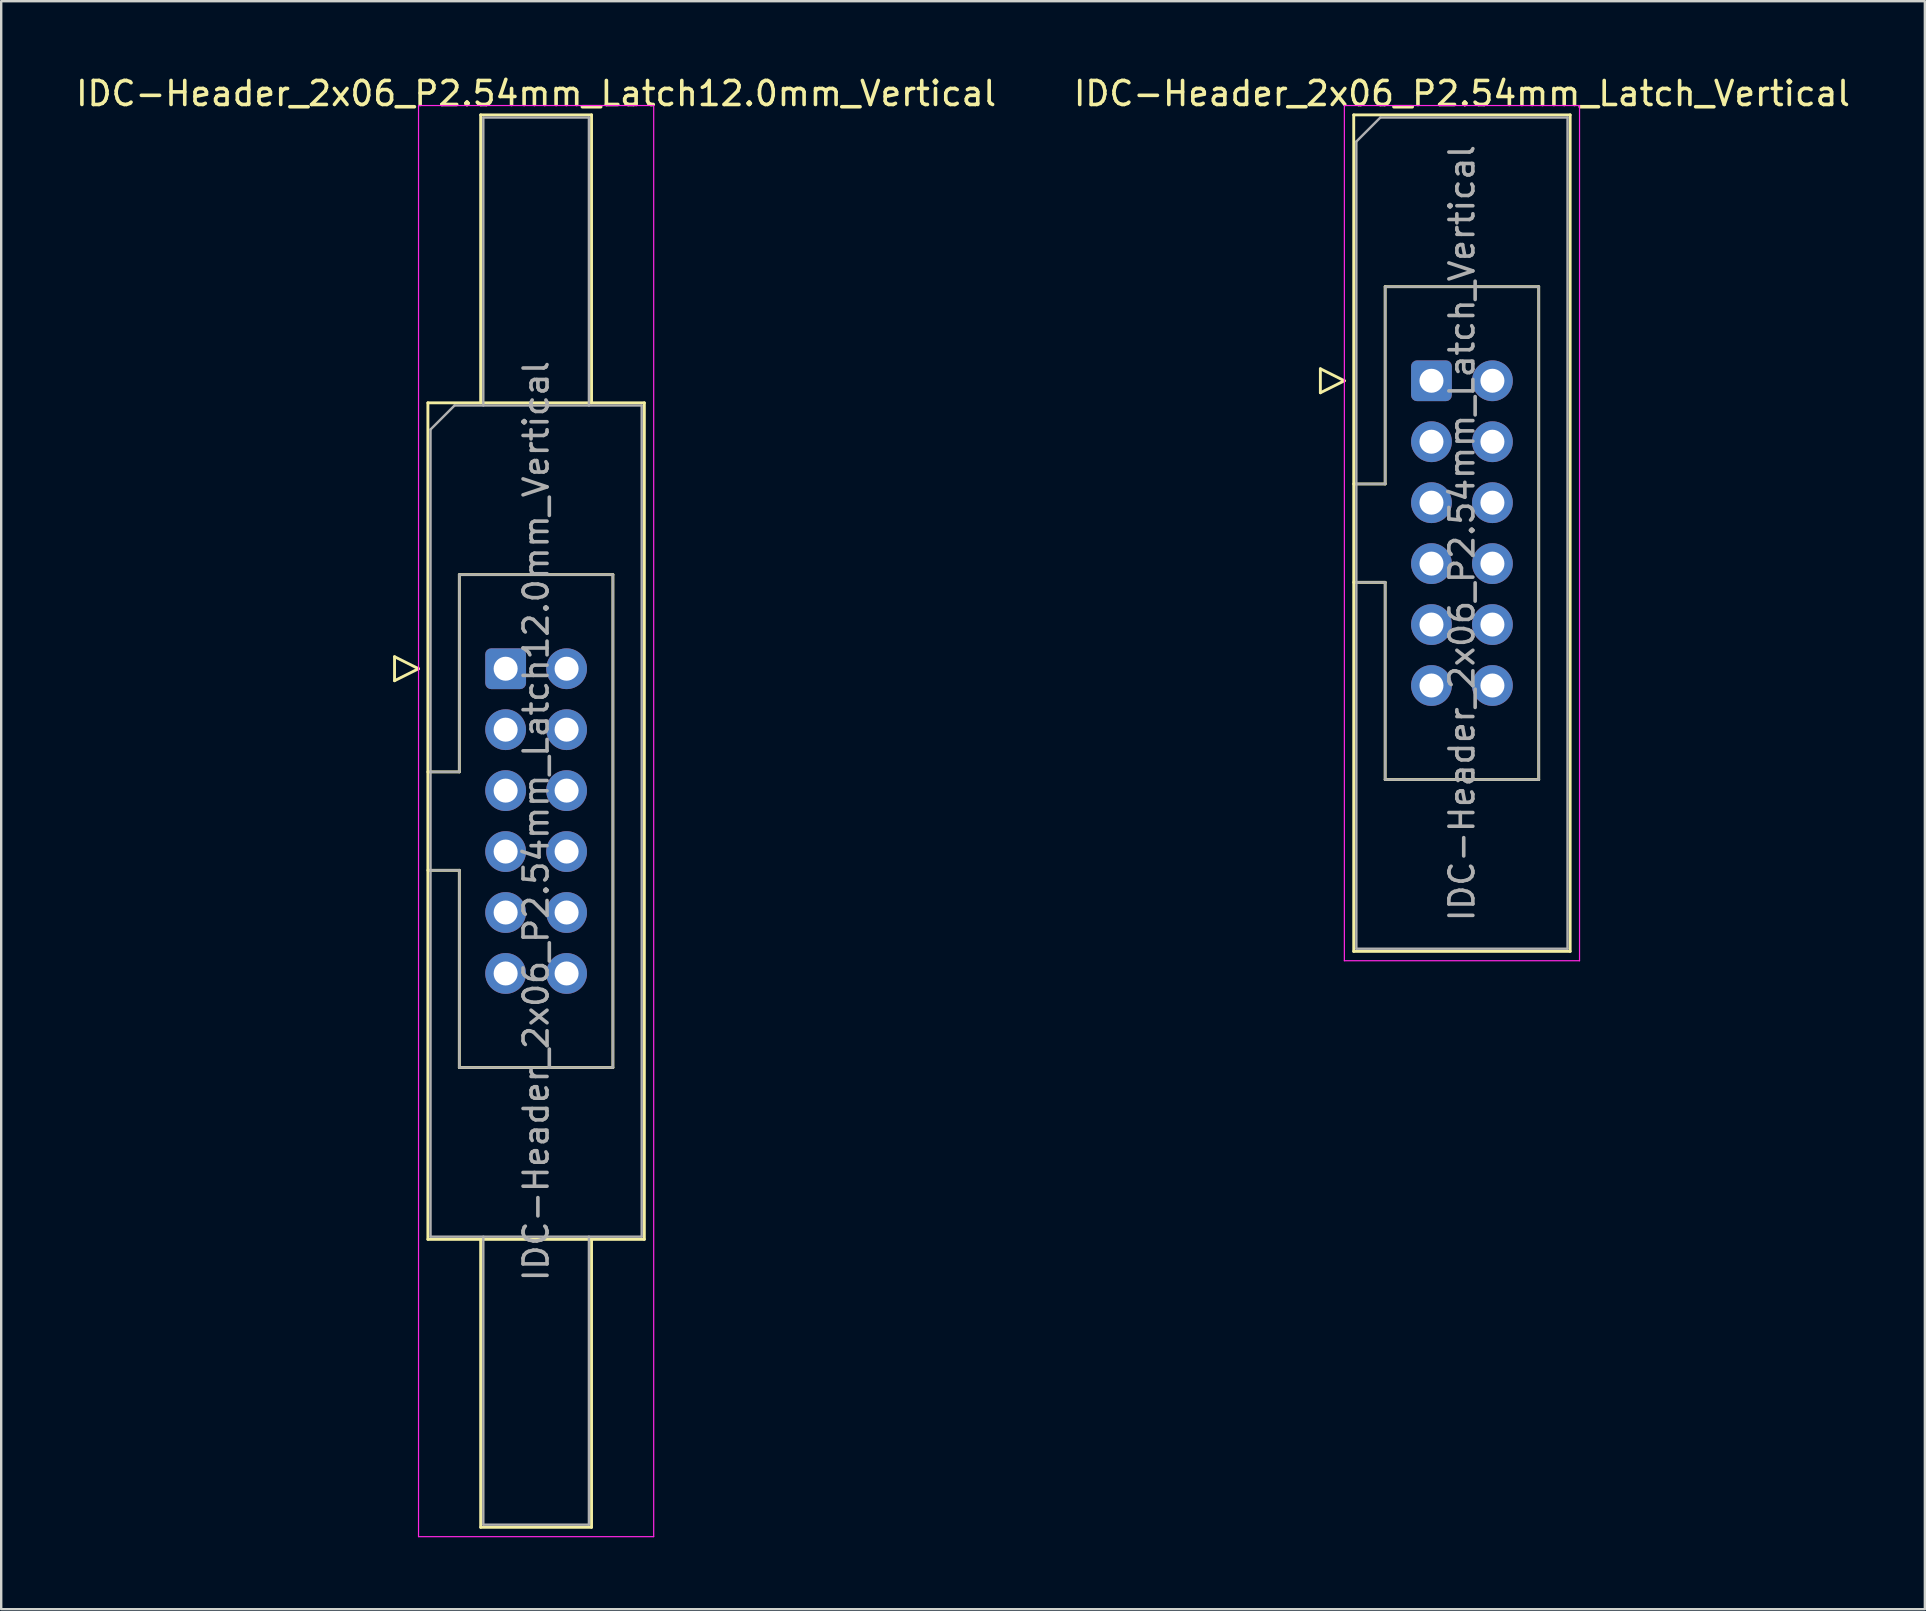
<source format=kicad_pcb>
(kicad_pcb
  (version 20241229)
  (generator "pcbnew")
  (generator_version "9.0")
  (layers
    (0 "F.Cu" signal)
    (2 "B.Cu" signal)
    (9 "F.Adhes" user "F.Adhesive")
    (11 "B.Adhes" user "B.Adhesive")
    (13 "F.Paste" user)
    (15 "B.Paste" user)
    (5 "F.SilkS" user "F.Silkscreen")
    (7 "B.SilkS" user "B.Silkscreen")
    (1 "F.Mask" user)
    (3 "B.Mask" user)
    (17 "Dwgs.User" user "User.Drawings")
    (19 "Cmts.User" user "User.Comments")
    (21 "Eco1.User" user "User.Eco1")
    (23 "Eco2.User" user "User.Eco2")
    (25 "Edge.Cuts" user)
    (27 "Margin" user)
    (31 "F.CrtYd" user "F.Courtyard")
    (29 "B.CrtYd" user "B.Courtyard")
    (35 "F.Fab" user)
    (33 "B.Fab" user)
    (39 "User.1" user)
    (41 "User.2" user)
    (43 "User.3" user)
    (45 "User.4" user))
  (footprint "IDC-Header_2x06_P2.54mm_Latch_Vertical"
    (layer "F.Cu")
    (at 56.605 12.818)
    (property "Reference" "IDC-Header_2x06_P2.54mm_Latch_Vertical" (at 1.27 -11.97 0) (layer "F.SilkS") (effects (font (size 1 1) (thickness 0.15))))
    (attr through_hole)
    (fp_line (start -4.63 -0.5) (end -4.63 0.5) (stroke (width 0.12) (type solid)) (layer "F.SilkS"))
    (fp_line (start -4.63 0.5) (end -3.63 0) (stroke (width 0.12) (type solid)) (layer "F.SilkS"))
    (fp_line (start -3.63 0) (end -4.63 -0.5) (stroke (width 0.12) (type solid)) (layer "F.SilkS"))
    (fp_line (start -3.24 -11.08) (end 5.78 -11.08) (stroke (width 0.12) (type solid)) (layer "F.SilkS"))
    (fp_line (start -3.24 4.3) (end -1.93 4.3) (stroke (width 0.12) (type solid)) (layer "F.SilkS"))
    (fp_line (start -3.24 23.78) (end -3.24 -11.08) (stroke (width 0.12) (type solid)) (layer "F.SilkS"))
    (fp_line (start -1.93 -3.92) (end 4.47 -3.92) (stroke (width 0.12) (type solid)) (layer "F.SilkS"))
    (fp_line (start -1.93 4.3) (end -1.93 -3.92) (stroke (width 0.12) (type solid)) (layer "F.SilkS"))
    (fp_line (start -1.93 8.4) (end -3.24 8.4) (stroke (width 0.12) (type solid)) (layer "F.SilkS"))
    (fp_line (start -1.93 16.62) (end -1.93 8.4) (stroke (width 0.12) (type solid)) (layer "F.SilkS"))
    (fp_line (start 4.47 -3.92) (end 4.47 16.62) (stroke (width 0.12) (type solid)) (layer "F.SilkS"))
    (fp_line (start 4.47 16.62) (end -1.93 16.62) (stroke (width 0.12) (type solid)) (layer "F.SilkS"))
    (fp_line (start 5.78 -11.08) (end 5.78 23.78) (stroke (width 0.12) (type solid)) (layer "F.SilkS"))
    (fp_line (start 5.78 23.78) (end -3.24 23.78) (stroke (width 0.12) (type solid)) (layer "F.SilkS"))
    (fp_line (start -3.63 -11.47) (end -3.63 24.17) (stroke (width 0.05) (type solid)) (layer "F.CrtYd"))
    (fp_line (start -3.63 24.17) (end 6.17 24.17) (stroke (width 0.05) (type solid)) (layer "F.CrtYd"))
    (fp_line (start 6.17 -11.47) (end -3.63 -11.47) (stroke (width 0.05) (type solid)) (layer "F.CrtYd"))
    (fp_line (start 6.17 24.17) (end 6.17 -11.47) (stroke (width 0.05) (type solid)) (layer "F.CrtYd"))
    (fp_line (start -3.13 -9.97) (end -2.13 -10.97) (stroke (width 0.1) (type solid)) (layer "F.Fab"))
    (fp_line (start -3.13 4.3) (end -1.93 4.3) (stroke (width 0.1) (type solid)) (layer "F.Fab"))
    (fp_line (start -3.13 23.67) (end -3.13 -9.97) (stroke (width 0.1) (type solid)) (layer "F.Fab"))
    (fp_line (start -2.13 -10.97) (end 5.67 -10.97) (stroke (width 0.1) (type solid)) (layer "F.Fab"))
    (fp_line (start -1.93 -3.92) (end 4.47 -3.92) (stroke (width 0.1) (type solid)) (layer "F.Fab"))
    (fp_line (start -1.93 4.3) (end -1.93 -3.92) (stroke (width 0.1) (type solid)) (layer "F.Fab"))
    (fp_line (start -1.93 8.4) (end -3.13 8.4) (stroke (width 0.1) (type solid)) (layer "F.Fab"))
    (fp_line (start -1.93 16.62) (end -1.93 8.4) (stroke (width 0.1) (type solid)) (layer "F.Fab"))
    (fp_line (start 4.47 -3.92) (end 4.47 16.62) (stroke (width 0.1) (type solid)) (layer "F.Fab"))
    (fp_line (start 4.47 16.62) (end -1.93 16.62) (stroke (width 0.1) (type solid)) (layer "F.Fab"))
    (fp_line (start 5.67 -10.97) (end 5.67 23.67) (stroke (width 0.1) (type solid)) (layer "F.Fab"))
    (fp_line (start 5.67 23.67) (end -3.13 23.67) (stroke (width 0.1) (type solid)) (layer "F.Fab"))
    (fp_text user "${REFERENCE}" (at 1.27 6.35 90) (layer "F.Fab") (effects (font (size 1 1) (thickness 0.15))))
    (pad "1" thru_hole roundrect (at 0 0) (size 1.7 1.7) (drill 1) (layers "*.Cu" "*.Mask") (roundrect_rratio 0.147))
    (pad "2" thru_hole circle (at 2.54 0) (size 1.7 1.7) (drill 1) (layers "*.Cu" "*.Mask"))
    (pad "3" thru_hole circle (at 0 2.54) (size 1.7 1.7) (drill 1) (layers "*.Cu" "*.Mask"))
    (pad "4" thru_hole circle (at 2.54 2.54) (size 1.7 1.7) (drill 1) (layers "*.Cu" "*.Mask"))
    (pad "5" thru_hole circle (at 0 5.08) (size 1.7 1.7) (drill 1) (layers "*.Cu" "*.Mask"))
    (pad "6" thru_hole circle (at 2.54 5.08) (size 1.7 1.7) (drill 1) (layers "*.Cu" "*.Mask"))
    (pad "7" thru_hole circle (at 0 7.62) (size 1.7 1.7) (drill 1) (layers "*.Cu" "*.Mask"))
    (pad "8" thru_hole circle (at 2.54 7.62) (size 1.7 1.7) (drill 1) (layers "*.Cu" "*.Mask"))
    (pad "9" thru_hole circle (at 0 10.16) (size 1.7 1.7) (drill 1) (layers "*.Cu" "*.Mask"))
    (pad "10" thru_hole circle (at 2.54 10.16) (size 1.7 1.7) (drill 1) (layers "*.Cu" "*.Mask"))
    (pad "11" thru_hole circle (at 0 12.7) (size 1.7 1.7) (drill 1) (layers "*.Cu" "*.Mask"))
    (pad "12" thru_hole circle (at 2.54 12.7) (size 1.7 1.7) (drill 1) (layers "*.Cu" "*.Mask")))
  (footprint "IDC-Header_2x06_P2.54mm_Latch12.0mm_Vertical"
    (layer "F.Cu")
    (at 18.022 24.818)
    (property "Reference" "IDC-Header_2x06_P2.54mm_Latch12.0mm_Vertical" (at 1.27 -23.97 0) (layer "F.SilkS") (effects (font (size 1 1) (thickness 0.15))))
    (attr through_hole)
    (fp_line (start -4.63 -0.5) (end -4.63 0.5) (stroke (width 0.12) (type solid)) (layer "F.SilkS"))
    (fp_line (start -4.63 0.5) (end -3.63 0) (stroke (width 0.12) (type solid)) (layer "F.SilkS"))
    (fp_line (start -3.63 0) (end -4.63 -0.5) (stroke (width 0.12) (type solid)) (layer "F.SilkS"))
    (fp_line (start -3.24 -11.08) (end 5.78 -11.08) (stroke (width 0.12) (type solid)) (layer "F.SilkS"))
    (fp_line (start -3.24 4.3) (end -1.93 4.3) (stroke (width 0.12) (type solid)) (layer "F.SilkS"))
    (fp_line (start -3.24 23.78) (end -3.24 -11.08) (stroke (width 0.12) (type solid)) (layer "F.SilkS"))
    (fp_line (start -1.93 -3.92) (end 4.47 -3.92) (stroke (width 0.12) (type solid)) (layer "F.SilkS"))
    (fp_line (start -1.93 4.3) (end -1.93 -3.92) (stroke (width 0.12) (type solid)) (layer "F.SilkS"))
    (fp_line (start -1.93 8.4) (end -3.24 8.4) (stroke (width 0.12) (type solid)) (layer "F.SilkS"))
    (fp_line (start -1.93 16.62) (end -1.93 8.4) (stroke (width 0.12) (type solid)) (layer "F.SilkS"))
    (fp_line (start -1.04 -23.08) (end 3.58 -23.08) (stroke (width 0.12) (type solid)) (layer "F.SilkS"))
    (fp_line (start -1.04 -11.08) (end -1.04 -23.08) (stroke (width 0.12) (type solid)) (layer "F.SilkS"))
    (fp_line (start -1.04 23.78) (end -1.04 35.78) (stroke (width 0.12) (type solid)) (layer "F.SilkS"))
    (fp_line (start -1.04 35.78) (end 3.58 35.78) (stroke (width 0.12) (type solid)) (layer "F.SilkS"))
    (fp_line (start 3.58 -23.08) (end 3.58 -11.08) (stroke (width 0.12) (type solid)) (layer "F.SilkS"))
    (fp_line (start 3.58 35.78) (end 3.58 23.78) (stroke (width 0.12) (type solid)) (layer "F.SilkS"))
    (fp_line (start 4.47 -3.92) (end 4.47 16.62) (stroke (width 0.12) (type solid)) (layer "F.SilkS"))
    (fp_line (start 4.47 16.62) (end -1.93 16.62) (stroke (width 0.12) (type solid)) (layer "F.SilkS"))
    (fp_line (start 5.78 -11.08) (end 5.78 23.78) (stroke (width 0.12) (type solid)) (layer "F.SilkS"))
    (fp_line (start 5.78 23.78) (end -3.24 23.78) (stroke (width 0.12) (type solid)) (layer "F.SilkS"))
    (fp_line (start -3.63 -23.47) (end -3.63 36.17) (stroke (width 0.05) (type solid)) (layer "F.CrtYd"))
    (fp_line (start -3.63 36.17) (end 6.17 36.17) (stroke (width 0.05) (type solid)) (layer "F.CrtYd"))
    (fp_line (start 6.17 -23.47) (end -3.63 -23.47) (stroke (width 0.05) (type solid)) (layer "F.CrtYd"))
    (fp_line (start 6.17 36.17) (end 6.17 -23.47) (stroke (width 0.05) (type solid)) (layer "F.CrtYd"))
    (fp_line (start -3.13 -9.97) (end -2.13 -10.97) (stroke (width 0.1) (type solid)) (layer "F.Fab"))
    (fp_line (start -3.13 4.3) (end -1.93 4.3) (stroke (width 0.1) (type solid)) (layer "F.Fab"))
    (fp_line (start -3.13 23.67) (end -3.13 -9.97) (stroke (width 0.1) (type solid)) (layer "F.Fab"))
    (fp_line (start -2.13 -10.97) (end 5.67 -10.97) (stroke (width 0.1) (type solid)) (layer "F.Fab"))
    (fp_line (start -1.93 -3.92) (end 4.47 -3.92) (stroke (width 0.1) (type solid)) (layer "F.Fab"))
    (fp_line (start -1.93 4.3) (end -1.93 -3.92) (stroke (width 0.1) (type solid)) (layer "F.Fab"))
    (fp_line (start -1.93 8.4) (end -3.13 8.4) (stroke (width 0.1) (type solid)) (layer "F.Fab"))
    (fp_line (start -1.93 16.62) (end -1.93 8.4) (stroke (width 0.1) (type solid)) (layer "F.Fab"))
    (fp_line (start -0.93 -22.97) (end 3.47 -22.97) (stroke (width 0.1) (type solid)) (layer "F.Fab"))
    (fp_line (start -0.93 -10.97) (end -0.93 -22.97) (stroke (width 0.1) (type solid)) (layer "F.Fab"))
    (fp_line (start -0.93 23.67) (end -0.93 35.67) (stroke (width 0.1) (type solid)) (layer "F.Fab"))
    (fp_line (start -0.93 35.67) (end 3.47 35.67) (stroke (width 0.1) (type solid)) (layer "F.Fab"))
    (fp_line (start 3.47 -22.97) (end 3.47 -10.97) (stroke (width 0.1) (type solid)) (layer "F.Fab"))
    (fp_line (start 3.47 35.67) (end 3.47 23.67) (stroke (width 0.1) (type solid)) (layer "F.Fab"))
    (fp_line (start 4.47 -3.92) (end 4.47 16.62) (stroke (width 0.1) (type solid)) (layer "F.Fab"))
    (fp_line (start 4.47 16.62) (end -1.93 16.62) (stroke (width 0.1) (type solid)) (layer "F.Fab"))
    (fp_line (start 5.67 -10.97) (end 5.67 23.67) (stroke (width 0.1) (type solid)) (layer "F.Fab"))
    (fp_line (start 5.67 23.67) (end -3.13 23.67) (stroke (width 0.1) (type solid)) (layer "F.Fab"))
    (fp_text user "${REFERENCE}" (at 1.27 6.35 90) (layer "F.Fab") (effects (font (size 1 1) (thickness 0.15))))
    (pad "1" thru_hole roundrect (at 0 0) (size 1.7 1.7) (drill 1) (layers "*.Cu" "*.Mask") (roundrect_rratio 0.147))
    (pad "2" thru_hole circle (at 2.54 0) (size 1.7 1.7) (drill 1) (layers "*.Cu" "*.Mask"))
    (pad "3" thru_hole circle (at 0 2.54) (size 1.7 1.7) (drill 1) (layers "*.Cu" "*.Mask"))
    (pad "4" thru_hole circle (at 2.54 2.54) (size 1.7 1.7) (drill 1) (layers "*.Cu" "*.Mask"))
    (pad "5" thru_hole circle (at 0 5.08) (size 1.7 1.7) (drill 1) (layers "*.Cu" "*.Mask"))
    (pad "6" thru_hole circle (at 2.54 5.08) (size 1.7 1.7) (drill 1) (layers "*.Cu" "*.Mask"))
    (pad "7" thru_hole circle (at 0 7.62) (size 1.7 1.7) (drill 1) (layers "*.Cu" "*.Mask"))
    (pad "8" thru_hole circle (at 2.54 7.62) (size 1.7 1.7) (drill 1) (layers "*.Cu" "*.Mask"))
    (pad "9" thru_hole circle (at 0 10.16) (size 1.7 1.7) (drill 1) (layers "*.Cu" "*.Mask"))
    (pad "10" thru_hole circle (at 2.54 10.16) (size 1.7 1.7) (drill 1) (layers "*.Cu" "*.Mask"))
    (pad "11" thru_hole circle (at 0 12.7) (size 1.7 1.7) (drill 1) (layers "*.Cu" "*.Mask"))
    (pad "12" thru_hole circle (at 2.54 12.7) (size 1.7 1.7) (drill 1) (layers "*.Cu" "*.Mask")))
  (gr_rect
    (start -3 -3)
    (end 77.167 64.013)
    (stroke (width 0.1) (type default))
    (fill no)
    (layer "Edge.Cuts")))
</source>
